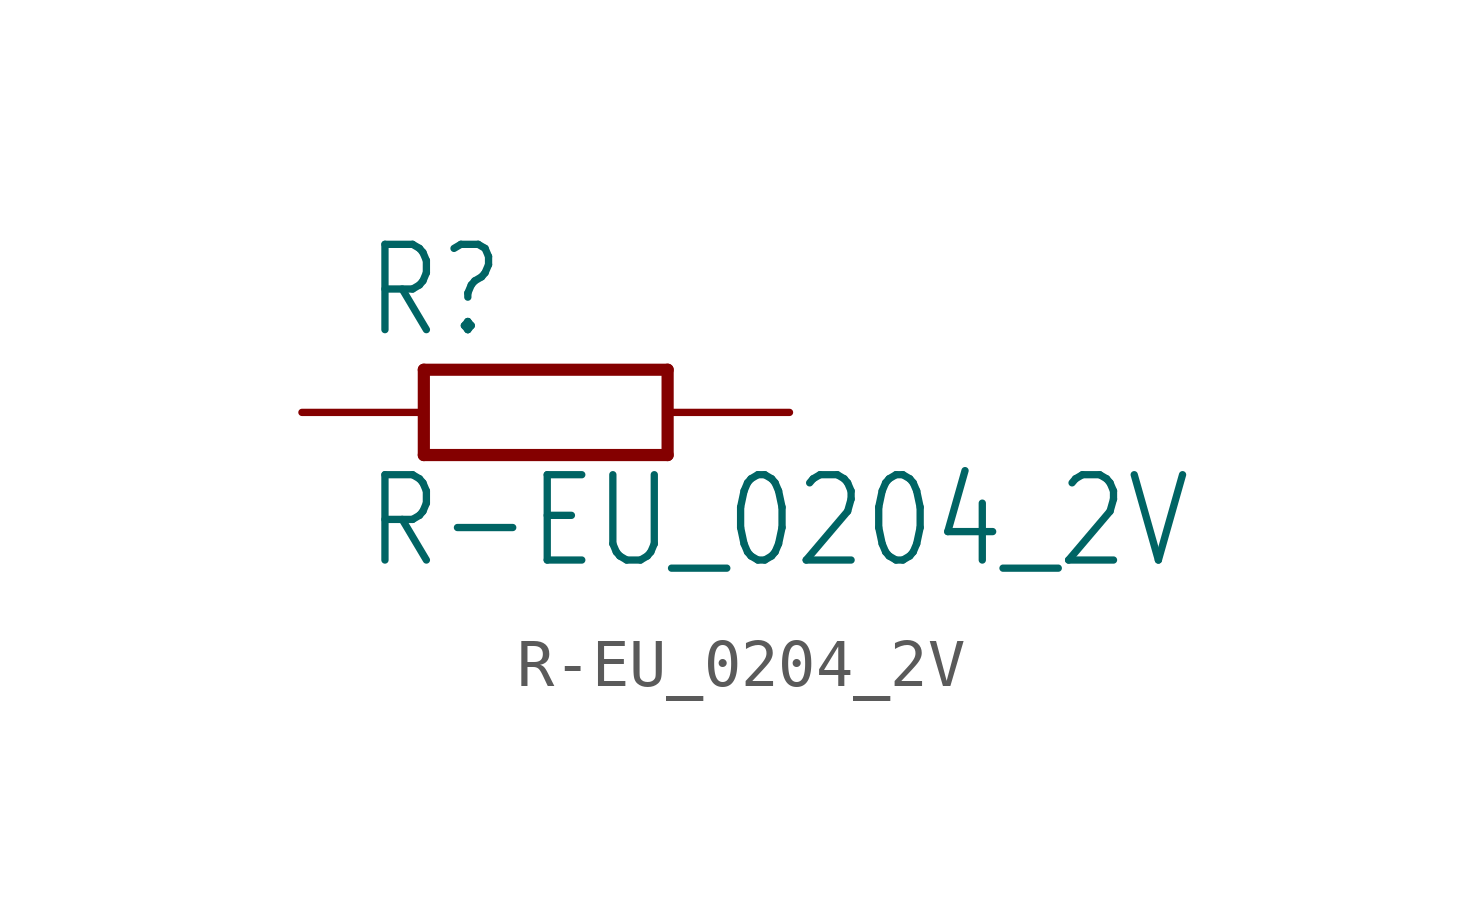
<source format=kicad_sym>
(kicad_symbol_lib
  (version 20201005)
  (generator kicad_symbol_editor)
  (symbol "R-EU_0204_2V"
    (property "Reference" "R"
      (at -3.81 1.499 0)
      (effects (font (size 1.778 1.511)) (justify left bottom)))
    (property "Value" "R-EU_0204_2V"
      (at -3.81 -3.302 0)
      (effects (font (size 1.778 1.511)) (justify left bottom)))
    (property "ki_locked" ""
      (at 0 0 0)
      (effects (font (size 1.27 1.27))))
    (symbol "R-EU_0204_2V_1_0"
      (polyline (pts (xy -2.54 -0.889) (xy 2.54 -0.889)) (stroke (width 0.254)) (fill (type none)))
      (polyline (pts (xy 2.54 0.889) (xy -2.54 0.889)) (stroke (width 0.254)) (fill (type none)))
      (polyline (pts (xy 2.54 -0.889) (xy 2.54 0.889)) (stroke (width 0.254)) (fill (type none)))
      (polyline (pts (xy -2.54 -0.889) (xy -2.54 0.889)) (stroke (width 0.254)) (fill (type none)))
      (pin passive line (at 5.08 0 180) (length 2.54) (name "2" (effects (font (size 0 0)))) (number "2" (effects (font (size 0 0)))))
      (pin passive line (at -5.08 0 0) (length 2.54) (name "1" (effects (font (size 0 0)))) (number "1" (effects (font (size 0 0))))))))
</source>
